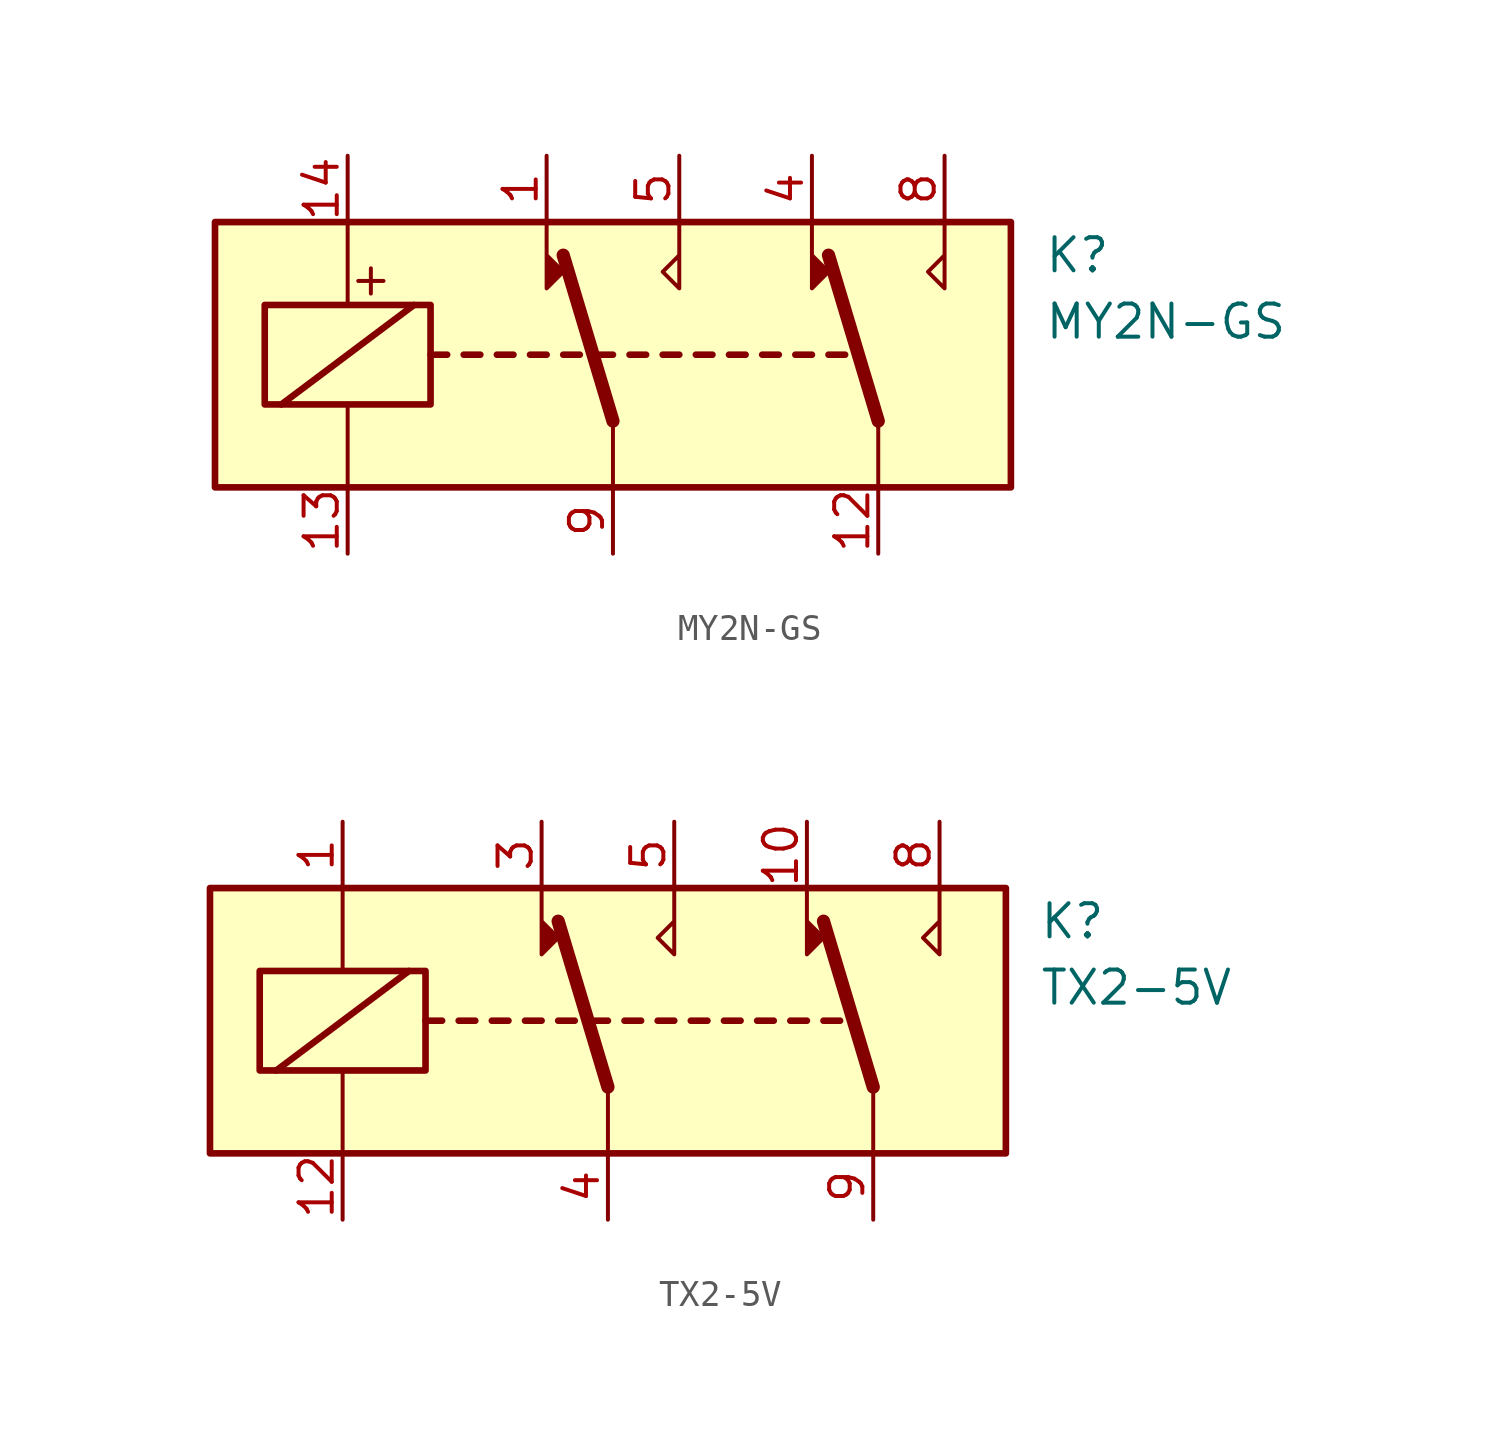
<source format=kicad_sym>
(kicad_symbol_lib
  (version 20241209)
  (generator "kicad_symbol_editor")
  (generator_version "9.0")
  (symbol "MY2N-GS"
    (property "Reference" "K"
      (at 16.51 3.81 0)
      (effects (font (size 1.27 1.27)) (justify left)))
    (property "Value" "MY2N-GS"
      (at 16.51 1.27 0)
      (effects (font (size 1.27 1.27)) (justify left)))
    (symbol "MY2N-GS_0_0"
      (text "+" (at -9.271 2.921 0) (effects (font (size 1.27 1.27)))))
    (symbol "MY2N-GS_0_1"
      (rectangle (start -15.24 5.08) (end 15.24 -5.08) (stroke (width 0.254) (type default)) (fill (type background)))
      (rectangle (start -13.335 1.905) (end -6.985 -1.905) (stroke (width 0.254) (type default)) (fill (type none)))
      (polyline (pts (xy -12.7 -1.905) (xy -7.62 1.905)) (stroke (width 0.254) (type default)) (fill (type none)))
      (polyline (pts (xy -10.16 5.08) (xy -10.16 1.905)) (stroke (width 0) (type default)) (fill (type none)))
      (polyline (pts (xy -10.16 -5.08) (xy -10.16 -1.905)) (stroke (width 0) (type default)) (fill (type none)))
      (polyline (pts (xy -6.985 0) (xy -6.35 0)) (stroke (width 0.254) (type default)) (fill (type none)))
      (polyline (pts (xy -5.715 0) (xy -5.08 0)) (stroke (width 0.254) (type default)) (fill (type none)))
      (polyline (pts (xy -4.445 0) (xy -3.81 0)) (stroke (width 0.254) (type default)) (fill (type none)))
      (polyline (pts (xy -3.175 0) (xy -2.54 0)) (stroke (width 0.254) (type default)) (fill (type none)))
      (polyline (pts (xy -2.54 5.08) (xy -2.54 2.54) (xy -1.905 3.175) (xy -2.54 3.81)) (stroke (width 0) (type default)) (fill (type outline)))
      (polyline (pts (xy -1.905 0) (xy -1.27 0)) (stroke (width 0.254) (type default)) (fill (type none)))
      (polyline (pts (xy -0.635 0) (xy 0 0)) (stroke (width 0.254) (type default)) (fill (type none)))
      (polyline (pts (xy 0 -2.54) (xy -1.905 3.81)) (stroke (width 0.508) (type default)) (fill (type none)))
      (polyline (pts (xy 0 -2.54) (xy 0 -5.08)) (stroke (width 0) (type default)) (fill (type none)))
      (polyline (pts (xy 0.635 0) (xy 1.27 0)) (stroke (width 0.254) (type default)) (fill (type none)))
      (polyline (pts (xy 1.905 0) (xy 2.54 0)) (stroke (width 0.254) (type default)) (fill (type none)))
      (polyline (pts (xy 2.54 5.08) (xy 2.54 2.54) (xy 1.905 3.175) (xy 2.54 3.81)) (stroke (width 0) (type default)) (fill (type none)))
      (polyline (pts (xy 3.175 0) (xy 3.81 0)) (stroke (width 0.254) (type default)) (fill (type none)))
      (polyline (pts (xy 4.445 0) (xy 5.08 0)) (stroke (width 0.254) (type default)) (fill (type none)))
      (polyline (pts (xy 5.715 0) (xy 6.35 0)) (stroke (width 0.254) (type default)) (fill (type none)))
      (polyline (pts (xy 6.985 0) (xy 7.62 0)) (stroke (width 0.254) (type default)) (fill (type none)))
      (polyline (pts (xy 7.62 5.08) (xy 7.62 2.54) (xy 8.255 3.175) (xy 7.62 3.81)) (stroke (width 0) (type default)) (fill (type outline)))
      (polyline (pts (xy 8.255 0) (xy 8.89 0)) (stroke (width 0.254) (type default)) (fill (type none)))
      (polyline (pts (xy 10.16 -2.54) (xy 8.255 3.81)) (stroke (width 0.508) (type default)) (fill (type none)))
      (polyline (pts (xy 10.16 -2.54) (xy 10.16 -5.08)) (stroke (width 0) (type default)) (fill (type none)))
      (polyline (pts (xy 12.7 5.08) (xy 12.7 2.54) (xy 12.065 3.175) (xy 12.7 3.81)) (stroke (width 0) (type default)) (fill (type none))))
    (symbol "MY2N-GS_1_1"
      (pin passive line (at -10.16 7.62 270) (length 2.54) (name "~" (effects (font (size 1.27 1.27)))) (number "14" (effects (font (size 1.27 1.27)))))
      (pin passive line (at -10.16 -7.62 90) (length 2.54) (name "~" (effects (font (size 1.27 1.27)))) (number "13" (effects (font (size 1.27 1.27)))))
      (pin passive line (at -2.54 7.62 270) (length 2.54) (name "~" (effects (font (size 1.27 1.27)))) (number "1" (effects (font (size 1.27 1.27)))))
      (pin passive line (at 0 -7.62 90) (length 2.54) (name "~" (effects (font (size 1.27 1.27)))) (number "9" (effects (font (size 1.27 1.27)))))
      (pin passive line (at 2.54 7.62 270) (length 2.54) (name "~" (effects (font (size 1.27 1.27)))) (number "5" (effects (font (size 1.27 1.27)))))
      (pin passive line (at 7.62 7.62 270) (length 2.54) (name "~" (effects (font (size 1.27 1.27)))) (number "4" (effects (font (size 1.27 1.27)))))
      (pin passive line (at 10.16 -7.62 90) (length 2.54) (name "~" (effects (font (size 1.27 1.27)))) (number "12" (effects (font (size 1.27 1.27)))))
      (pin passive line (at 12.7 7.62 270) (length 2.54) (name "~" (effects (font (size 1.27 1.27)))) (number "8" (effects (font (size 1.27 1.27)))))))
  (symbol "TX2-5V"
    (property "Reference" "K"
      (at 16.51 3.81 0)
      (effects (font (size 1.27 1.27)) (justify left)))
    (property "Value" "TX2-5V"
      (at 16.51 1.27 0)
      (effects (font (size 1.27 1.27)) (justify left)))
    (symbol "TX2-5V_0_1"
      (rectangle (start -15.24 5.08) (end 15.24 -5.08) (stroke (width 0.254) (type default)) (fill (type background)))
      (rectangle (start -13.335 1.905) (end -6.985 -1.905) (stroke (width 0.254) (type default)) (fill (type none)))
      (polyline (pts (xy -12.7 -1.905) (xy -7.62 1.905)) (stroke (width 0.254) (type default)) (fill (type none)))
      (polyline (pts (xy -10.16 5.08) (xy -10.16 1.905)) (stroke (width 0) (type default)) (fill (type none)))
      (polyline (pts (xy -10.16 -5.08) (xy -10.16 -1.905)) (stroke (width 0) (type default)) (fill (type none)))
      (polyline (pts (xy -6.985 0) (xy -6.35 0)) (stroke (width 0.254) (type default)) (fill (type none)))
      (polyline (pts (xy -5.715 0) (xy -5.08 0)) (stroke (width 0.254) (type default)) (fill (type none)))
      (polyline (pts (xy -4.445 0) (xy -3.81 0)) (stroke (width 0.254) (type default)) (fill (type none)))
      (polyline (pts (xy -3.175 0) (xy -2.54 0)) (stroke (width 0.254) (type default)) (fill (type none)))
      (polyline (pts (xy -2.54 5.08) (xy -2.54 2.54) (xy -1.905 3.175) (xy -2.54 3.81)) (stroke (width 0) (type default)) (fill (type outline)))
      (polyline (pts (xy -1.905 0) (xy -1.27 0)) (stroke (width 0.254) (type default)) (fill (type none)))
      (polyline (pts (xy -0.635 0) (xy 0 0)) (stroke (width 0.254) (type default)) (fill (type none)))
      (polyline (pts (xy 0 -2.54) (xy -1.905 3.81)) (stroke (width 0.508) (type default)) (fill (type none)))
      (polyline (pts (xy 0 -2.54) (xy 0 -5.08)) (stroke (width 0) (type default)) (fill (type none)))
      (polyline (pts (xy 0.635 0) (xy 1.27 0)) (stroke (width 0.254) (type default)) (fill (type none)))
      (polyline (pts (xy 1.905 0) (xy 2.54 0)) (stroke (width 0.254) (type default)) (fill (type none)))
      (polyline (pts (xy 2.54 5.08) (xy 2.54 2.54) (xy 1.905 3.175) (xy 2.54 3.81)) (stroke (width 0) (type default)) (fill (type none)))
      (polyline (pts (xy 3.175 0) (xy 3.81 0)) (stroke (width 0.254) (type default)) (fill (type none)))
      (polyline (pts (xy 4.445 0) (xy 5.08 0)) (stroke (width 0.254) (type default)) (fill (type none)))
      (polyline (pts (xy 5.715 0) (xy 6.35 0)) (stroke (width 0.254) (type default)) (fill (type none)))
      (polyline (pts (xy 6.985 0) (xy 7.62 0)) (stroke (width 0.254) (type default)) (fill (type none)))
      (polyline (pts (xy 7.62 5.08) (xy 7.62 2.54) (xy 8.255 3.175) (xy 7.62 3.81)) (stroke (width 0) (type default)) (fill (type outline)))
      (polyline (pts (xy 8.255 0) (xy 8.89 0)) (stroke (width 0.254) (type default)) (fill (type none)))
      (polyline (pts (xy 10.16 -2.54) (xy 8.255 3.81)) (stroke (width 0.508) (type default)) (fill (type none)))
      (polyline (pts (xy 10.16 -2.54) (xy 10.16 -5.08)) (stroke (width 0) (type default)) (fill (type none)))
      (polyline (pts (xy 12.7 5.08) (xy 12.7 2.54) (xy 12.065 3.175) (xy 12.7 3.81)) (stroke (width 0) (type default)) (fill (type none))))
    (symbol "TX2-5V_1_1"
      (pin passive line (at -10.16 7.62 270) (length 2.54) (name "~" (effects (font (size 1.27 1.27)))) (number "1" (effects (font (size 1.27 1.27)))))
      (pin passive line (at -10.16 -7.62 90) (length 2.54) (name "~" (effects (font (size 1.27 1.27)))) (number "12" (effects (font (size 1.27 1.27)))))
      (pin passive line (at -2.54 7.62 270) (length 2.54) (name "~" (effects (font (size 1.27 1.27)))) (number "3" (effects (font (size 1.27 1.27)))))
      (pin passive line (at 0 -7.62 90) (length 2.54) (name "~" (effects (font (size 1.27 1.27)))) (number "4" (effects (font (size 1.27 1.27)))))
      (pin passive line (at 2.54 7.62 270) (length 2.54) (name "~" (effects (font (size 1.27 1.27)))) (number "5" (effects (font (size 1.27 1.27)))))
      (pin passive line (at 7.62 7.62 270) (length 2.54) (name "~" (effects (font (size 1.27 1.27)))) (number "10" (effects (font (size 1.27 1.27)))))
      (pin passive line (at 10.16 -7.62 90) (length 2.54) (name "~" (effects (font (size 1.27 1.27)))) (number "9" (effects (font (size 1.27 1.27)))))
      (pin passive line (at 12.7 7.62 270) (length 2.54) (name "~" (effects (font (size 1.27 1.27)))) (number "8" (effects (font (size 1.27 1.27))))))))
</source>
